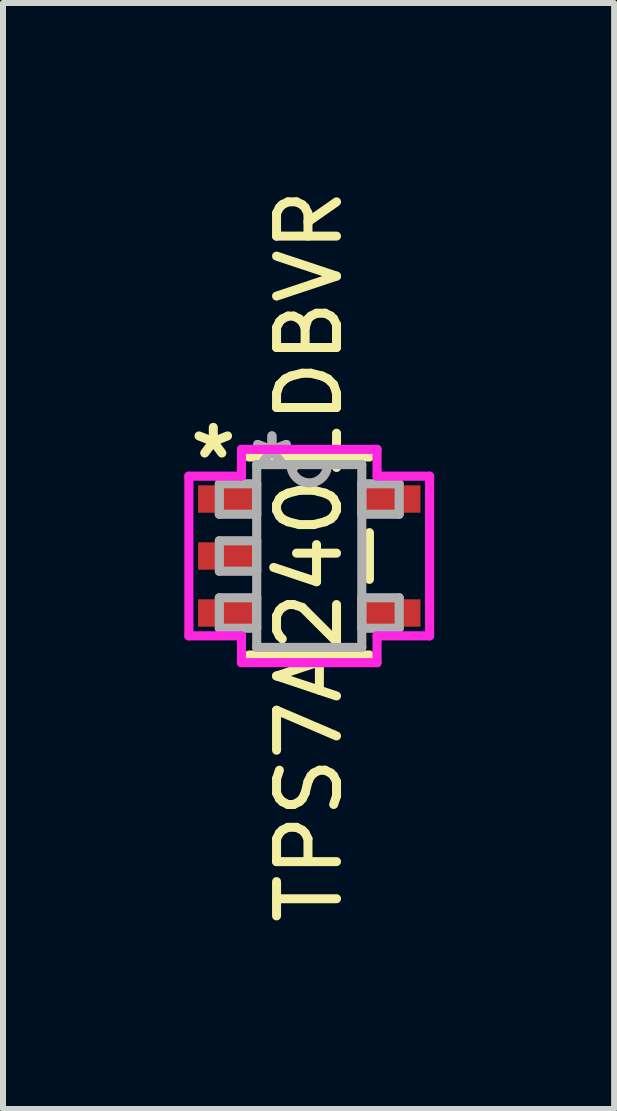
<source format=kicad_pcb>
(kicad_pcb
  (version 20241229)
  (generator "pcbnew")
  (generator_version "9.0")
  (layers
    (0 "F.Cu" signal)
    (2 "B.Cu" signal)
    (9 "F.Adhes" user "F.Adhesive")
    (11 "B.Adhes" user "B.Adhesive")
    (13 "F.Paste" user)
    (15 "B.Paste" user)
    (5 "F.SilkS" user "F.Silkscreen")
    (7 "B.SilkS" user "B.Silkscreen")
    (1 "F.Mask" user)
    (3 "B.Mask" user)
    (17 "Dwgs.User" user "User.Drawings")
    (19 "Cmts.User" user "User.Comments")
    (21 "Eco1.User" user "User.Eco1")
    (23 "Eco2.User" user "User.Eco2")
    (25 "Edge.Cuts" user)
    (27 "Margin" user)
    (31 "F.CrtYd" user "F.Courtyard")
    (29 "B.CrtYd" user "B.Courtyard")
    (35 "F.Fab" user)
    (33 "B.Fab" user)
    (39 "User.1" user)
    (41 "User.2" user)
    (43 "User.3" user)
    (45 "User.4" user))
  (footprint "TPS7A2401DBVR"
    (layer "F.Cu")
    (at 2.106 6.22)
    (property "Reference" "TPS7A2401DBVR" (at 0 0 90) (layer "F.SilkS") (effects (font (size 1 1) (thickness 0.15))))
    (attr through_hole)
    (fp_line (start -1.003 1.651) (end 1.003 1.651) (stroke (width 0.152) (type solid)) (layer "F.SilkS"))
    (fp_line (start 1.003 -1.651) (end -1.003 -1.651) (stroke (width 0.152) (type solid)) (layer "F.SilkS"))
    (fp_line (start 1.003 0.389) (end 1.003 -0.389) (stroke (width 0.152) (type solid)) (layer "F.SilkS"))
    (fp_line (start -2.007 -1.331) (end -1.13 -1.331) (stroke (width 0.152) (type solid)) (layer "F.CrtYd"))
    (fp_line (start -2.007 1.331) (end -2.007 -1.331) (stroke (width 0.152) (type solid)) (layer "F.CrtYd"))
    (fp_line (start -1.13 -1.778) (end 1.13 -1.778) (stroke (width 0.152) (type solid)) (layer "F.CrtYd"))
    (fp_line (start -1.13 -1.331) (end -1.13 -1.778) (stroke (width 0.152) (type solid)) (layer "F.CrtYd"))
    (fp_line (start -1.13 1.331) (end -2.007 1.331) (stroke (width 0.152) (type solid)) (layer "F.CrtYd"))
    (fp_line (start -1.13 1.778) (end -1.13 1.331) (stroke (width 0.152) (type solid)) (layer "F.CrtYd"))
    (fp_line (start 1.13 -1.778) (end 1.13 -1.331) (stroke (width 0.152) (type solid)) (layer "F.CrtYd"))
    (fp_line (start 1.13 -1.331) (end 2.007 -1.331) (stroke (width 0.152) (type solid)) (layer "F.CrtYd"))
    (fp_line (start 1.13 1.331) (end 1.13 1.778) (stroke (width 0.152) (type solid)) (layer "F.CrtYd"))
    (fp_line (start 1.13 1.778) (end -1.13 1.778) (stroke (width 0.152) (type solid)) (layer "F.CrtYd"))
    (fp_line (start 2.007 -1.331) (end 2.007 1.331) (stroke (width 0.152) (type solid)) (layer "F.CrtYd"))
    (fp_line (start 2.007 1.331) (end 1.13 1.331) (stroke (width 0.152) (type solid)) (layer "F.CrtYd"))
    (fp_line (start -1.499 -1.204) (end -1.499 -0.696) (stroke (width 0.152) (type solid)) (layer "F.Fab"))
    (fp_line (start -1.499 -0.696) (end -0.876 -0.696) (stroke (width 0.152) (type solid)) (layer "F.Fab"))
    (fp_line (start -1.499 -0.254) (end -1.499 0.254) (stroke (width 0.152) (type solid)) (layer "F.Fab"))
    (fp_line (start -1.499 0.254) (end -0.876 0.254) (stroke (width 0.152) (type solid)) (layer "F.Fab"))
    (fp_line (start -1.499 0.696) (end -1.499 1.204) (stroke (width 0.152) (type solid)) (layer "F.Fab"))
    (fp_line (start -1.499 1.204) (end -0.876 1.204) (stroke (width 0.152) (type solid)) (layer "F.Fab"))
    (fp_line (start -0.876 -1.524) (end -0.876 1.524) (stroke (width 0.152) (type solid)) (layer "F.Fab"))
    (fp_line (start -0.876 -1.204) (end -1.499 -1.204) (stroke (width 0.152) (type solid)) (layer "F.Fab"))
    (fp_line (start -0.876 -0.696) (end -0.876 -1.204) (stroke (width 0.152) (type solid)) (layer "F.Fab"))
    (fp_line (start -0.876 -0.254) (end -1.499 -0.254) (stroke (width 0.152) (type solid)) (layer "F.Fab"))
    (fp_line (start -0.876 0.254) (end -0.876 -0.254) (stroke (width 0.152) (type solid)) (layer "F.Fab"))
    (fp_line (start -0.876 0.696) (end -1.499 0.696) (stroke (width 0.152) (type solid)) (layer "F.Fab"))
    (fp_line (start -0.876 1.204) (end -0.876 0.696) (stroke (width 0.152) (type solid)) (layer "F.Fab"))
    (fp_line (start -0.876 1.524) (end 0.876 1.524) (stroke (width 0.152) (type solid)) (layer "F.Fab"))
    (fp_line (start 0.876 -1.524) (end -0.876 -1.524) (stroke (width 0.152) (type solid)) (layer "F.Fab"))
    (fp_line (start 0.876 -1.204) (end 0.876 -0.696) (stroke (width 0.152) (type solid)) (layer "F.Fab"))
    (fp_line (start 0.876 -0.696) (end 1.499 -0.696) (stroke (width 0.152) (type solid)) (layer "F.Fab"))
    (fp_line (start 0.876 0.696) (end 0.876 1.204) (stroke (width 0.152) (type solid)) (layer "F.Fab"))
    (fp_line (start 0.876 1.204) (end 1.499 1.204) (stroke (width 0.152) (type solid)) (layer "F.Fab"))
    (fp_line (start 0.876 1.524) (end 0.876 -1.524) (stroke (width 0.152) (type solid)) (layer "F.Fab"))
    (fp_line (start 1.499 -1.204) (end 0.876 -1.204) (stroke (width 0.152) (type solid)) (layer "F.Fab"))
    (fp_line (start 1.499 -0.696) (end 1.499 -1.204) (stroke (width 0.152) (type solid)) (layer "F.Fab"))
    (fp_line (start 1.499 0.696) (end 0.876 0.696) (stroke (width 0.152) (type solid)) (layer "F.Fab"))
    (fp_line (start 1.499 1.204) (end 1.499 0.696) (stroke (width 0.152) (type solid)) (layer "F.Fab"))
    (fp_arc (start 0.3048 -1.524) (mid 0 -1.2192) (end -0.3048 -1.524) (stroke (width 0.1524) (type solid)) (layer "F.Fab"))
    (fp_text user "*" (at -1.6 -1.6 0) (layer "F.SilkS") (effects (font (size 1 1) (thickness 0.15))))
    (fp_text user "*" (at -0.622 -1.458 0) (layer "F.Fab") (effects (font (size 1 1) (thickness 0.15))))
    (fp_text user "*" (at -0.622 -1.458 0) (layer "F.Fab") (effects (font (size 1 1) (thickness 0.15))))
    (pad "1" smd rect (at -1.365 -0.95) (size 0.978 0.457) (layers "F.Cu" "F.Mask" "F.Paste"))
    (pad "2" smd rect (at -1.365 0) (size 0.978 0.457) (layers "F.Cu" "F.Mask" "F.Paste"))
    (pad "3" smd rect (at -1.365 0.95) (size 0.978 0.457) (layers "F.Cu" "F.Mask" "F.Paste"))
    (pad "4" smd rect (at 1.365 0.95) (size 0.978 0.457) (layers "F.Cu" "F.Mask" "F.Paste"))
    (pad "5" smd rect (at 1.365 -0.95) (size 0.978 0.457) (layers "F.Cu" "F.Mask" "F.Paste")))
  (gr_rect
    (start -3 -3)
    (end 7.189 15.44)
    (stroke (width 0.1) (type default))
    (fill no)
    (layer "Edge.Cuts")))
</source>
